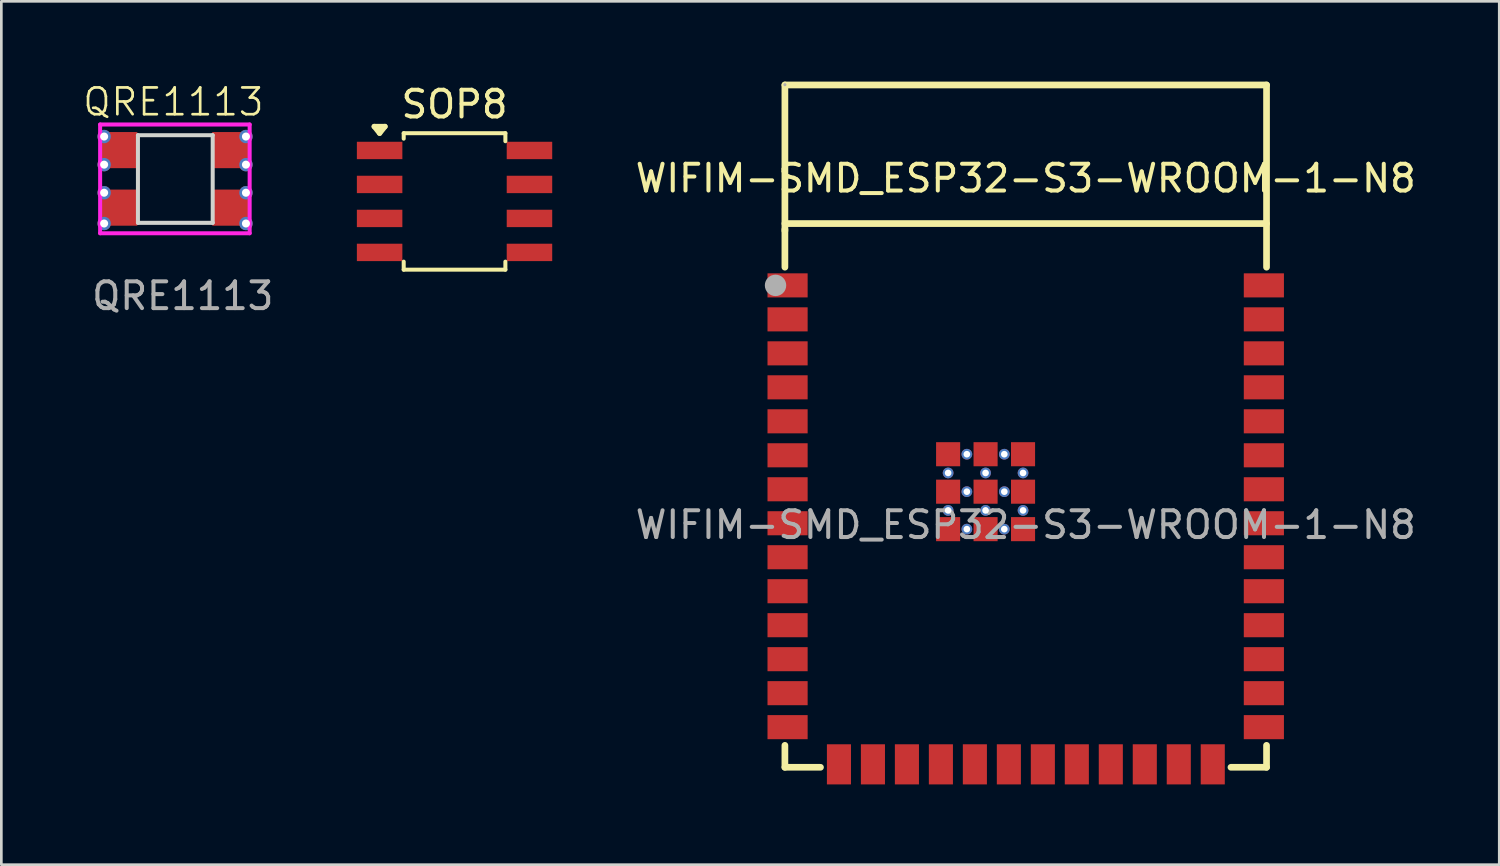
<source format=kicad_pcb>
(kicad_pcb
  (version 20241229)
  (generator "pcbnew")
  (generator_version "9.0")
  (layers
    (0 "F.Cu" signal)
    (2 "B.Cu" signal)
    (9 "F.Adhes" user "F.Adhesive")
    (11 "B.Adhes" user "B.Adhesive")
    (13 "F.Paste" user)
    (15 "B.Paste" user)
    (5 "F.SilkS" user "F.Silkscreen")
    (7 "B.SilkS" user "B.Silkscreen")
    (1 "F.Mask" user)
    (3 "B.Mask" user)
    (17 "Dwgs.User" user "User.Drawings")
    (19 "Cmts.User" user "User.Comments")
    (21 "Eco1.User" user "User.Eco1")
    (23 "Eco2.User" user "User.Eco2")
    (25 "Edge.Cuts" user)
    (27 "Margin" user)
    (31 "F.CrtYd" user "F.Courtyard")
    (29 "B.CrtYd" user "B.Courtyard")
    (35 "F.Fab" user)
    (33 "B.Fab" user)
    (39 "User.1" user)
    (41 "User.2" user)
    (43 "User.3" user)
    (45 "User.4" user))
  (footprint "WIFIM-SMD_ESP32-S3-WROOM-1-N8"
    (layer "F.Cu")
    (at 35.283 16.565)
    (property "Reference" "WIFIM-SMD_ESP32-S3-WROOM-1-N8" (at 0 -12.95 0) (layer "F.SilkS") (effects (font (size 1 1) (thickness 0.15))))
    (attr smd)
    (fp_line (start -9 -16.44) (end 9 -16.44) (stroke (width 0.25) (type solid)) (layer "F.SilkS"))
    (fp_line (start -9 -11.26) (end 9 -11.26) (stroke (width 0.25) (type solid)) (layer "F.SilkS"))
    (fp_line (start -9 -10.99) (end -9 -16.44) (stroke (width 0.25) (type solid)) (layer "F.SilkS"))
    (fp_line (start -9 -9.63) (end -9 -11.04) (stroke (width 0.25) (type solid)) (layer "F.SilkS"))
    (fp_line (start -9 9.06) (end -9 8.24) (stroke (width 0.25) (type solid)) (layer "F.SilkS"))
    (fp_line (start -7.67 9.06) (end -9 9.06) (stroke (width 0.25) (type solid)) (layer "F.SilkS"))
    (fp_line (start 9 -16.44) (end 9 -9.63) (stroke (width 0.25) (type solid)) (layer "F.SilkS"))
    (fp_line (start 9 8.24) (end 9 9.06) (stroke (width 0.25) (type solid)) (layer "F.SilkS"))
    (fp_line (start 9 9.06) (end 7.67 9.06) (stroke (width 0.25) (type solid)) (layer "F.SilkS"))
    (fp_circle (center -9.35 -8.95) (end -9.15 -8.95) (stroke (width 0.4) (type solid)) (fill no) (layer "F.Fab"))
    (fp_circle (center -9 -16.45) (end -8.97 -16.45) (stroke (width 0.06) (type solid)) (fill no) (layer "F.Fab"))
    (fp_text user "${REFERENCE}" (at 0 0 0) (layer "F.Fab") (effects (font (size 1 1) (thickness 0.15))))
    (pad "" thru_hole circle (at -2.9 -1.94) (size 0.4 0.4) (drill 0.25) (layers "*.Cu" "*.Paste" "*.Mask"))
    (pad "" thru_hole circle (at -2.9 -0.54) (size 0.4 0.4) (drill 0.25) (layers "*.Cu" "*.Paste" "*.Mask"))
    (pad "" thru_hole circle (at -2.2 -2.64) (size 0.4 0.4) (drill 0.25) (layers "*.Cu" "*.Paste" "*.Mask"))
    (pad "" thru_hole circle (at -2.2 -1.24) (size 0.4 0.4) (drill 0.25) (layers "*.Cu" "*.Paste" "*.Mask"))
    (pad "" thru_hole circle (at -2.2 0.16) (size 0.4 0.4) (drill 0.25) (layers "*.Cu" "*.Paste" "*.Mask"))
    (pad "" thru_hole circle (at -1.5 -1.94) (size 0.4 0.4) (drill 0.25) (layers "*.Cu" "*.Paste" "*.Mask"))
    (pad "" thru_hole circle (at -1.5 -0.54) (size 0.4 0.4) (drill 0.25) (layers "*.Cu" "*.Paste" "*.Mask"))
    (pad "" thru_hole circle (at -0.8 -2.64) (size 0.4 0.4) (drill 0.25) (layers "*.Cu" "*.Paste" "*.Mask"))
    (pad "" thru_hole circle (at -0.8 -1.24) (size 0.4 0.4) (drill 0.25) (layers "*.Cu" "*.Paste" "*.Mask"))
    (pad "" thru_hole circle (at -0.8 0.16) (size 0.4 0.4) (drill 0.25) (layers "*.Cu" "*.Paste" "*.Mask"))
    (pad "" thru_hole circle (at -0.1 -1.94) (size 0.4 0.4) (drill 0.25) (layers "*.Cu" "*.Paste" "*.Mask"))
    (pad "" thru_hole circle (at -0.1 -0.54) (size 0.4 0.4) (drill 0.25) (layers "*.Cu" "*.Paste" "*.Mask"))
    (pad "1" smd rect (at -8.9 -8.95) (size 1.5 0.9) (layers "F.Cu" "F.Mask" "F.Paste"))
    (pad "2" smd rect (at -8.9 -7.68) (size 1.5 0.9) (layers "F.Cu" "F.Mask" "F.Paste"))
    (pad "3" smd rect (at -8.9 -6.41) (size 1.5 0.9) (layers "F.Cu" "F.Mask" "F.Paste"))
    (pad "4" smd rect (at -8.9 -5.14) (size 1.5 0.9) (layers "F.Cu" "F.Mask" "F.Paste"))
    (pad "5" smd rect (at -8.9 -3.87) (size 1.5 0.9) (layers "F.Cu" "F.Mask" "F.Paste"))
    (pad "6" smd rect (at -8.9 -2.6) (size 1.5 0.9) (layers "F.Cu" "F.Mask" "F.Paste"))
    (pad "7" smd rect (at -8.9 -1.33) (size 1.5 0.9) (layers "F.Cu" "F.Mask" "F.Paste"))
    (pad "8" smd rect (at -8.9 -0.06) (size 1.5 0.9) (layers "F.Cu" "F.Mask" "F.Paste"))
    (pad "9" smd rect (at -8.9 1.21) (size 1.5 0.9) (layers "F.Cu" "F.Mask" "F.Paste"))
    (pad "10" smd rect (at -8.9 2.48) (size 1.5 0.9) (layers "F.Cu" "F.Mask" "F.Paste"))
    (pad "11" smd rect (at -8.9 3.75) (size 1.5 0.9) (layers "F.Cu" "F.Mask" "F.Paste"))
    (pad "12" smd rect (at -8.9 5.02) (size 1.5 0.9) (layers "F.Cu" "F.Mask" "F.Paste"))
    (pad "13" smd rect (at -8.9 6.29) (size 1.5 0.9) (layers "F.Cu" "F.Mask" "F.Paste"))
    (pad "14" smd rect (at -8.9 7.56) (size 1.5 0.9) (layers "F.Cu" "F.Mask" "F.Paste"))
    (pad "15" smd rect (at -6.98 8.95) (size 0.9 1.5) (layers "F.Cu" "F.Mask" "F.Paste"))
    (pad "16" smd rect (at -5.71 8.95) (size 0.9 1.5) (layers "F.Cu" "F.Mask" "F.Paste"))
    (pad "17" smd rect (at -4.44 8.95) (size 0.9 1.5) (layers "F.Cu" "F.Mask" "F.Paste"))
    (pad "18" smd rect (at -3.17 8.95) (size 0.9 1.5) (layers "F.Cu" "F.Mask" "F.Paste"))
    (pad "19" smd rect (at -1.9 8.95) (size 0.9 1.5) (layers "F.Cu" "F.Mask" "F.Paste"))
    (pad "20" smd rect (at -0.63 8.95) (size 0.9 1.5) (layers "F.Cu" "F.Mask" "F.Paste"))
    (pad "21" smd rect (at 0.64 8.95) (size 0.9 1.5) (layers "F.Cu" "F.Mask" "F.Paste"))
    (pad "22" smd rect (at 1.91 8.95) (size 0.9 1.5) (layers "F.Cu" "F.Mask" "F.Paste"))
    (pad "23" smd rect (at 3.18 8.95) (size 0.9 1.5) (layers "F.Cu" "F.Mask" "F.Paste"))
    (pad "24" smd rect (at 4.45 8.95) (size 0.9 1.5) (layers "F.Cu" "F.Mask" "F.Paste"))
    (pad "25" smd rect (at 5.72 8.95) (size 0.9 1.5) (layers "F.Cu" "F.Mask" "F.Paste"))
    (pad "26" smd rect (at 6.99 8.95) (size 0.9 1.5) (layers "F.Cu" "F.Mask" "F.Paste"))
    (pad "27" smd rect (at 8.9 7.56) (size 1.5 0.9) (layers "F.Cu" "F.Mask" "F.Paste"))
    (pad "28" smd rect (at 8.9 6.29) (size 1.5 0.9) (layers "F.Cu" "F.Mask" "F.Paste"))
    (pad "29" smd rect (at 8.9 5.02) (size 1.5 0.9) (layers "F.Cu" "F.Mask" "F.Paste"))
    (pad "30" smd rect (at 8.9 3.75) (size 1.5 0.9) (layers "F.Cu" "F.Mask" "F.Paste"))
    (pad "31" smd rect (at 8.9 2.48) (size 1.5 0.9) (layers "F.Cu" "F.Mask" "F.Paste"))
    (pad "32" smd rect (at 8.9 1.21) (size 1.5 0.9) (layers "F.Cu" "F.Mask" "F.Paste"))
    (pad "33" smd rect (at 8.9 -0.06) (size 1.5 0.9) (layers "F.Cu" "F.Mask" "F.Paste"))
    (pad "34" smd rect (at 8.9 -1.33) (size 1.5 0.9) (layers "F.Cu" "F.Mask" "F.Paste"))
    (pad "35" smd rect (at 8.9 -2.6) (size 1.5 0.9) (layers "F.Cu" "F.Mask" "F.Paste"))
    (pad "36" smd rect (at 8.9 -3.87) (size 1.5 0.9) (layers "F.Cu" "F.Mask" "F.Paste"))
    (pad "37" smd rect (at 8.9 -5.14) (size 1.5 0.9) (layers "F.Cu" "F.Mask" "F.Paste"))
    (pad "38" smd rect (at 8.9 -6.41) (size 1.5 0.9) (layers "F.Cu" "F.Mask" "F.Paste"))
    (pad "39" smd rect (at 8.9 -7.68) (size 1.5 0.9) (layers "F.Cu" "F.Mask" "F.Paste"))
    (pad "40" smd rect (at 8.9 -8.95) (size 1.5 0.9) (layers "F.Cu" "F.Mask" "F.Paste"))
    (pad "41" smd rect (at -2.9 -2.64 90) (size 0.9 0.9) (layers "F.Cu" "F.Mask" "F.Paste"))
    (pad "41" smd rect (at -2.9 -1.24 90) (size 0.9 0.9) (layers "F.Cu" "F.Mask" "F.Paste"))
    (pad "41" smd rect (at -2.9 0.16 90) (size 0.9 0.9) (layers "F.Cu" "F.Mask" "F.Paste"))
    (pad "41" smd rect (at -1.5 -2.64 90) (size 0.9 0.9) (layers "F.Cu" "F.Mask" "F.Paste"))
    (pad "41" smd rect (at -1.5 -1.24 90) (size 0.9 0.9) (layers "F.Cu" "F.Mask" "F.Paste"))
    (pad "41" smd rect (at -1.5 0.16 90) (size 0.9 0.9) (layers "F.Cu" "F.Mask" "F.Paste"))
    (pad "41" smd rect (at -0.1 -2.64 90) (size 0.9 0.9) (layers "F.Cu" "F.Mask" "F.Paste"))
    (pad "41" smd rect (at -0.1 -1.24 90) (size 0.9 0.9) (layers "F.Cu" "F.Mask" "F.Paste"))
    (pad "41" smd rect (at -0.1 0.16 90) (size 0.9 0.9) (layers "F.Cu" "F.Mask" "F.Paste")))
  (footprint "QRE1113"
    (layer "F.Cu")
    (at 0.581 5.71)
    (property "Reference" "QRE1113" (at 2.85 -4.95 0) (unlocked yes) (layer "F.SilkS") (effects (font (size 1 1) (thickness 0.1))))
    (attr smd)
    (fp_line (start 1.524 -3.708) (end 4.318 -3.708) (stroke (width 0.15) (type solid)) (layer "Edge.Cuts"))
    (fp_line (start 1.524 -0.432) (end 1.524 -3.708) (stroke (width 0.15) (type solid)) (layer "Edge.Cuts"))
    (fp_line (start 4.318 -3.708) (end 4.318 -0.432) (stroke (width 0.15) (type solid)) (layer "Edge.Cuts"))
    (fp_line (start 4.318 -0.432) (end 1.524 -0.432) (stroke (width 0.15) (type solid)) (layer "Edge.Cuts"))
    (fp_line (start 0.111 -4.107) (end 0.111 -0.043) (stroke (width 0.15) (type solid)) (layer "F.CrtYd"))
    (fp_line (start 0.111 -0.043) (end 5.699 -0.043) (stroke (width 0.15) (type solid)) (layer "F.CrtYd"))
    (fp_line (start 5.699 -4.107) (end 0.111 -4.107) (stroke (width 0.15) (type solid)) (layer "F.CrtYd"))
    (fp_line (start 5.699 -0.043) (end 5.699 -4.107) (stroke (width 0.15) (type solid)) (layer "F.CrtYd"))
    (fp_text user "${REFERENCE}" (at 3.2 2.3 0) (unlocked yes) (layer "F.Fab") (effects (font (size 1 1) (thickness 0.15))))
    (pad "1" thru_hole circle (at 0.261 -3.657 180) (size 0.5 0.5) (drill 0.3) (layers "*.Cu" "*.Mask"))
    (pad "1" thru_hole circle (at 0.261 -2.607 180) (size 0.5 0.5) (drill 0.3) (layers "*.Cu" "*.Mask"))
    (pad "1" smd rect (at 0.828 -3.15 180) (size 1.345 1.35) (layers "F.Cu" "F.Mask" "F.Paste"))
    (pad "2" smd rect (at 4.978 -3.15 180) (size 1.355 1.35) (layers "F.Cu" "F.Mask" "F.Paste"))
    (pad "2" thru_hole circle (at 5.561 -3.657 180) (size 0.5 0.5) (drill 0.3) (layers "*.Cu" "*.Mask"))
    (pad "2" thru_hole circle (at 5.561 -2.607 180) (size 0.5 0.5) (drill 0.3) (layers "*.Cu" "*.Mask"))
    (pad "3" smd rect (at 4.978 -1 180) (size 1.355 1.35) (layers "F.Cu" "F.Mask" "F.Paste"))
    (pad "3" thru_hole circle (at 5.561 -1.557 180) (size 0.5 0.5) (drill 0.3) (layers "*.Cu" "*.Mask"))
    (pad "3" thru_hole circle (at 5.561 -0.407 180) (size 0.5 0.5) (drill 0.3) (layers "*.Cu" "*.Mask"))
    (pad "4" thru_hole circle (at 0.261 -1.557 180) (size 0.5 0.5) (drill 0.3) (layers "*.Cu" "*.Mask"))
    (pad "4" thru_hole circle (at 0.261 -0.407 180) (size 0.5 0.5) (drill 0.3) (layers "*.Cu" "*.Mask"))
    (pad "4" smd rect (at 0.828 -1 180) (size 1.345 1.35) (layers "F.Cu" "F.Mask" "F.Paste")))
  (footprint "SOP8"
    (layer "F.Cu")
    (at 13.937 4.528)
    (property "Reference" "SOP8" (at 0 -3.68 0) (layer "F.SilkS") (effects (font (size 1 1) (thickness 0.15))))
    (attr smd)
    (fp_line (start -2.8 -2.6) (end -3 -2.85) (stroke (width 0.2) (type solid)) (layer "F.SilkS"))
    (fp_line (start -2.8 -2.6) (end -2.6 -2.85) (stroke (width 0.2) (type solid)) (layer "F.SilkS"))
    (fp_line (start -2.6 -2.85) (end -3 -2.85) (stroke (width 0.2) (type default)) (layer "F.SilkS"))
    (fp_line (start -1.9 -2.6) (end -1.9 -2.395) (stroke (width 0.15) (type solid)) (layer "F.SilkS"))
    (fp_line (start -1.9 -2.6) (end 1.9 -2.6) (stroke (width 0.15) (type solid)) (layer "F.SilkS"))
    (fp_line (start -1.9 2.5) (end -1.9 2.2) (stroke (width 0.15) (type solid)) (layer "F.SilkS"))
    (fp_line (start -1.9 2.5) (end 1.9 2.5) (stroke (width 0.15) (type solid)) (layer "F.SilkS"))
    (fp_line (start 1.9 -2.6) (end 1.9 -2.3) (stroke (width 0.15) (type solid)) (layer "F.SilkS"))
    (fp_line (start 1.9 2.5) (end 1.9 2.2) (stroke (width 0.15) (type solid)) (layer "F.SilkS"))
    (pad "1" smd rect (at -2.8 -1.955) (size 1.7 0.65) (layers "F.Cu" "F.Mask" "F.Paste"))
    (pad "2" smd rect (at -2.8 -0.685) (size 1.7 0.65) (layers "F.Cu" "F.Mask" "F.Paste"))
    (pad "3" smd rect (at -2.8 0.585) (size 1.7 0.65) (layers "F.Cu" "F.Mask" "F.Paste"))
    (pad "4" smd rect (at -2.8 1.855) (size 1.7 0.65) (layers "F.Cu" "F.Mask" "F.Paste"))
    (pad "5" smd rect (at 2.8 1.855) (size 1.7 0.65) (layers "F.Cu" "F.Mask" "F.Paste"))
    (pad "6" smd rect (at 2.8 0.585) (size 1.7 0.65) (layers "F.Cu" "F.Mask" "F.Paste"))
    (pad "7" smd rect (at 2.8 -0.685) (size 1.7 0.65) (layers "F.Cu" "F.Mask" "F.Paste"))
    (pad "8" smd rect (at 2.8 -1.955) (size 1.7 0.65) (layers "F.Cu" "F.Mask" "F.Paste")))
  (gr_rect
    (start -3 -3)
    (end 52.98 29.265)
    (stroke (width 0.1) (type default))
    (fill no)
    (layer "Edge.Cuts")))
</source>
